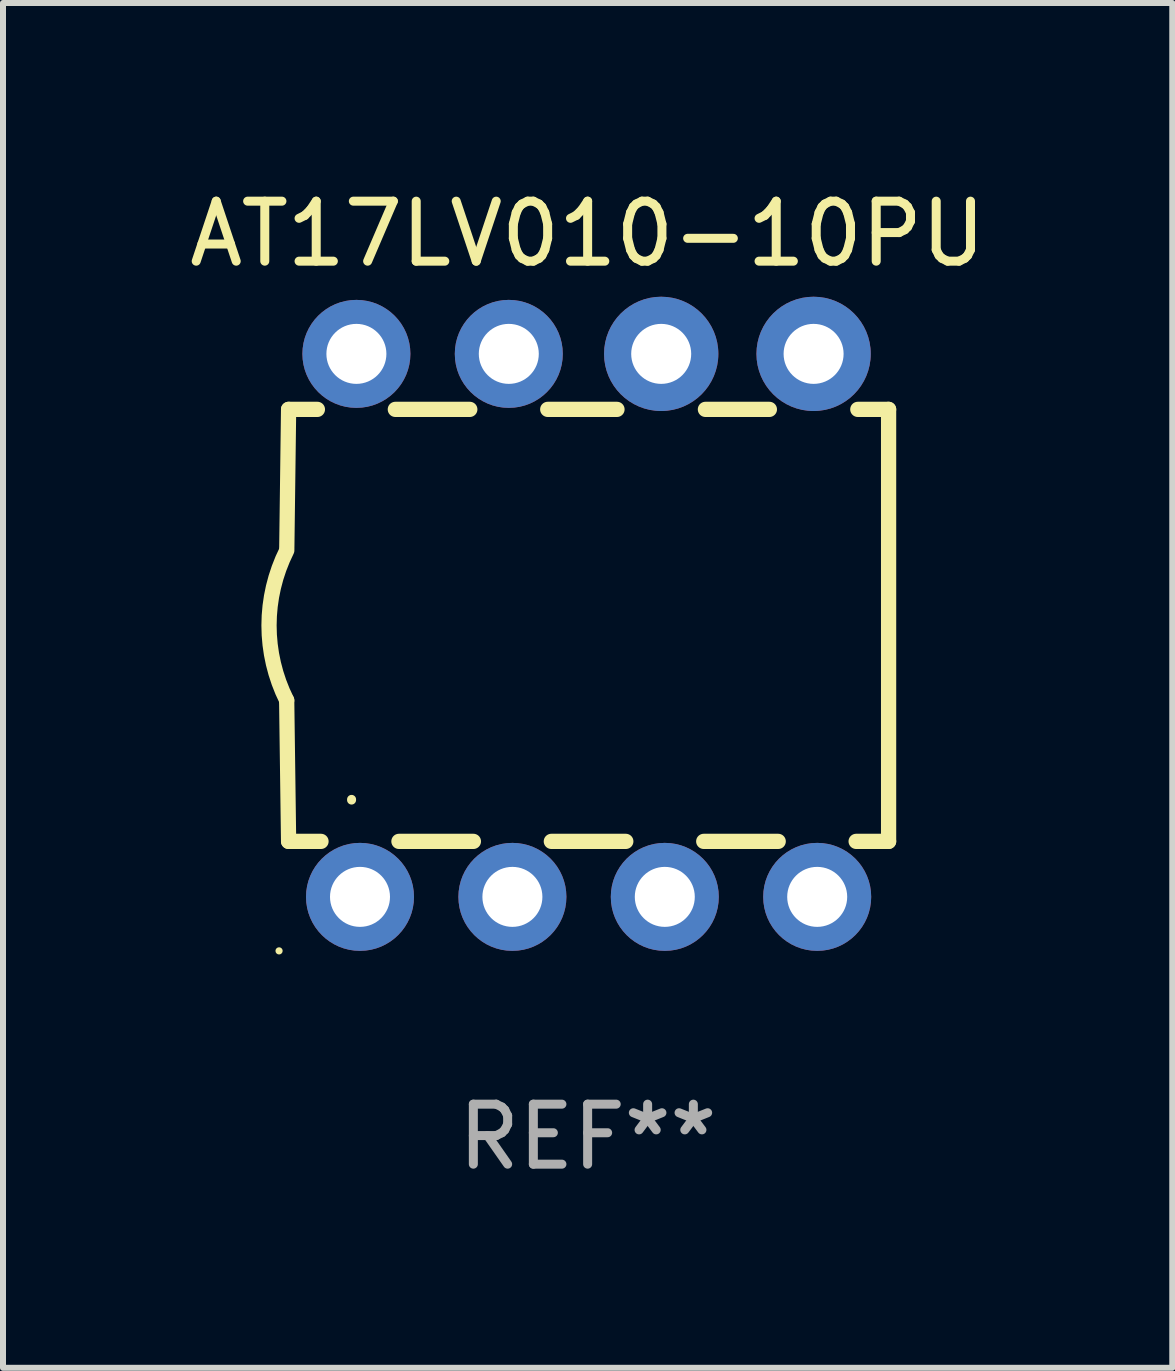
<source format=kicad_pcb>
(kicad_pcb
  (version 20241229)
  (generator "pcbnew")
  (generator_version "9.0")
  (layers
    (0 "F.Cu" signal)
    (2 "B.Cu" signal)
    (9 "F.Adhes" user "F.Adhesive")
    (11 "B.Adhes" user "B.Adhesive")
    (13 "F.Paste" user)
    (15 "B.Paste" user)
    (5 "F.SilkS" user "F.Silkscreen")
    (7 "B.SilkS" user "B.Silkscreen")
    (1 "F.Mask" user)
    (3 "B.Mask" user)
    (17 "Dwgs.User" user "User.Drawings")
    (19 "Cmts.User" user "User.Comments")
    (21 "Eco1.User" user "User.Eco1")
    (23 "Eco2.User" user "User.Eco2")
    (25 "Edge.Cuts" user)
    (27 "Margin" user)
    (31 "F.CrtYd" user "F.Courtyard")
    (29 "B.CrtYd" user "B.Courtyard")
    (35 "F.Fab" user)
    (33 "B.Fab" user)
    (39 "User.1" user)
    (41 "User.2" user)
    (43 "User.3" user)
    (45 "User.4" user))
  (footprint "AT17LV010-10PU"
    (layer "F.Cu")
    (at 6.744 7.373)
    (property "Reference" "AT17LV010-10PU" (at 0 -6.525 0) (layer "F.SilkS") (effects (font (size 1 1) (thickness 0.15))))
    (attr through_hole)
    (fp_line (start -4.984 -3.6) (end -5.014 -1.3) (stroke (width 0.254) (type solid)) (layer "F.SilkS"))
    (fp_line (start -4.984 -3.6) (end -4.504 -3.6) (stroke (width 0.254) (type solid)) (layer "F.SilkS"))
    (fp_line (start -4.984 3.6) (end -5.016 1.25) (stroke (width 0.254) (type solid)) (layer "F.SilkS"))
    (fp_line (start -4.984 3.6) (end -4.444 3.6) (stroke (width 0.254) (type solid)) (layer "F.SilkS"))
    (fp_line (start -3.205 -3.6) (end -1.964 -3.6) (stroke (width 0.254) (type solid)) (layer "F.SilkS"))
    (fp_line (start -3.145 3.6) (end -1.904 3.6) (stroke (width 0.254) (type solid)) (layer "F.SilkS"))
    (fp_line (start -0.665 -3.6) (end 0.489 -3.6) (stroke (width 0.254) (type solid)) (layer "F.SilkS"))
    (fp_line (start -0.605 3.6) (end 0.636 3.6) (stroke (width 0.254) (type solid)) (layer "F.SilkS"))
    (fp_line (start 1.935 3.6) (end 3.176 3.6) (stroke (width 0.254) (type solid)) (layer "F.SilkS"))
    (fp_line (start 1.963 -3.6) (end 3.029 -3.6) (stroke (width 0.254) (type solid)) (layer "F.SilkS"))
    (fp_line (start 4.475 3.6) (end 5.016 3.6) (stroke (width 0.254) (type solid)) (layer "F.SilkS"))
    (fp_line (start 4.503 -3.6) (end 5.016 -3.6) (stroke (width 0.254) (type solid)) (layer "F.SilkS"))
    (fp_line (start 5.016 -3.6) (end 5.016 3.6) (stroke (width 0.254) (type solid)) (layer "F.SilkS"))
    (fp_arc (start -5.015621 1.24972) (mid -5.310243 -0.000275) (end -5.014376 -1.249975) (stroke (width 0.254001) (type solid)) (layer "F.SilkS"))
    (fp_arc (start -3.934646 2.911239) (mid -3.934581 2.905612) (end -3.934392 2.899987) (stroke (width 0.149987) (type solid)) (layer "F.SilkS"))
    (fp_circle (center -5.143 5.425) (end -5.113 5.425) (stroke (width 0.06) (type solid)) (fill no) (layer "F.SilkS"))
    (fp_text user "REF**" (at 0 8.525 0) (layer "F.Fab") (effects (font (size 1 1) (thickness 0.15))))
    (pad "1" thru_hole circle (at -3.794 4.525) (size 1.8 1.8) (drill 1) (layers "*.Cu" "*.Mask"))
    (pad "2" thru_hole circle (at -1.254 4.525) (size 1.8 1.8) (drill 1) (layers "*.Cu" "*.Mask"))
    (pad "3" thru_hole circle (at 1.286 4.525) (size 1.8 1.8) (drill 1) (layers "*.Cu" "*.Mask"))
    (pad "4" thru_hole circle (at 3.826 4.525) (size 1.8 1.8) (drill 1) (layers "*.Cu" "*.Mask"))
    (pad "5" thru_hole circle (at 3.766 -4.525) (size 1.905 1.905) (drill 1) (layers "*.Cu" "*.Mask"))
    (pad "6" thru_hole circle (at 1.226 -4.525) (size 1.905 1.905) (drill 1) (layers "*.Cu" "*.Mask"))
    (pad "7" thru_hole circle (at -1.314 -4.525) (size 1.8 1.8) (drill 1) (layers "*.Cu" "*.Mask"))
    (pad "8" thru_hole circle (at -3.854 -4.525) (size 1.8 1.8) (drill 1) (layers "*.Cu" "*.Mask")))
  (gr_rect
    (start -3 -3)
    (end 16.488 19.747)
    (stroke (width 0.1) (type default))
    (fill no)
    (layer "Edge.Cuts")))
</source>
